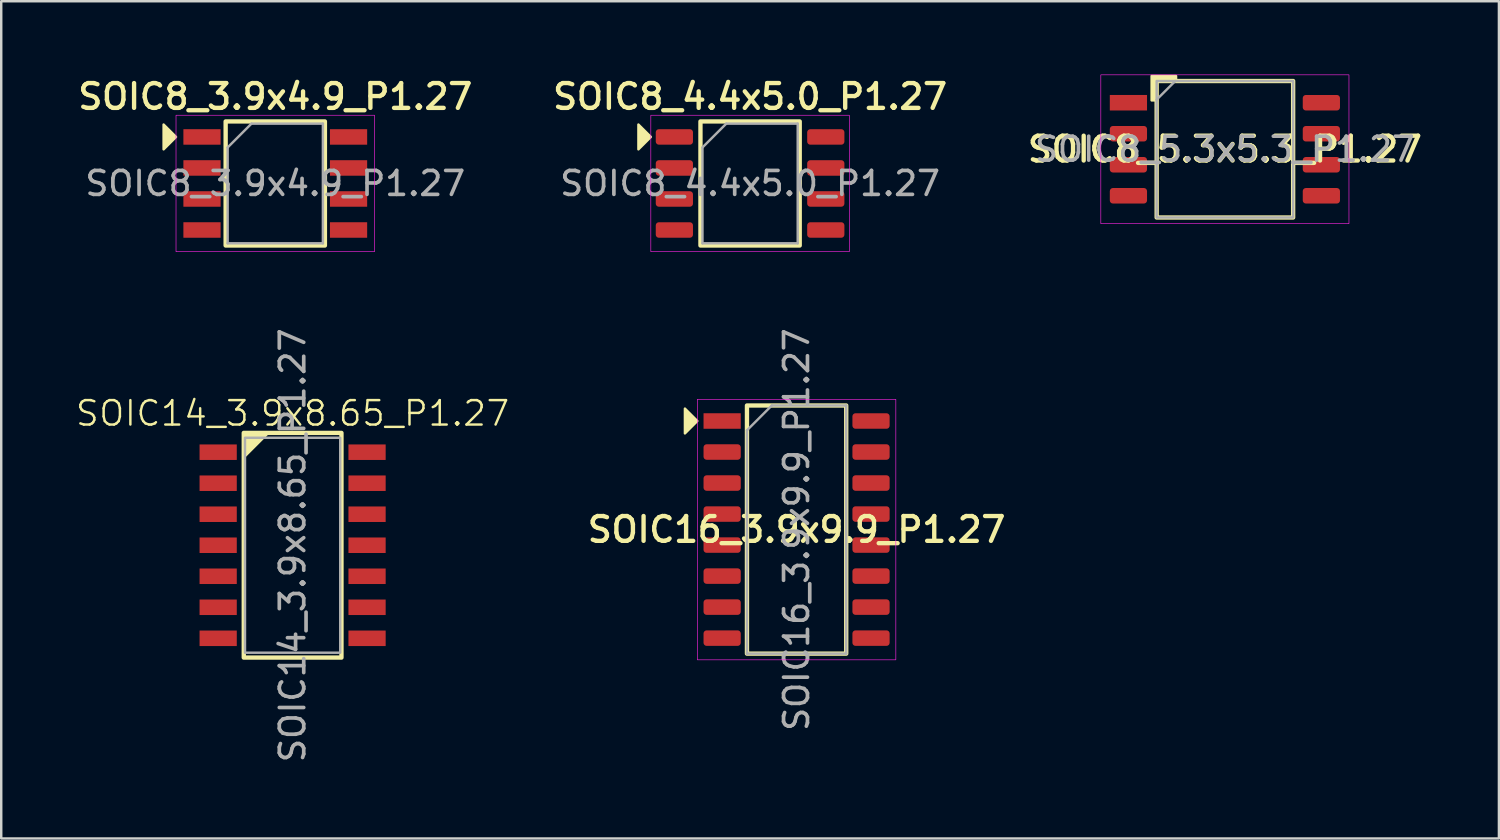
<source format=kicad_pcb>
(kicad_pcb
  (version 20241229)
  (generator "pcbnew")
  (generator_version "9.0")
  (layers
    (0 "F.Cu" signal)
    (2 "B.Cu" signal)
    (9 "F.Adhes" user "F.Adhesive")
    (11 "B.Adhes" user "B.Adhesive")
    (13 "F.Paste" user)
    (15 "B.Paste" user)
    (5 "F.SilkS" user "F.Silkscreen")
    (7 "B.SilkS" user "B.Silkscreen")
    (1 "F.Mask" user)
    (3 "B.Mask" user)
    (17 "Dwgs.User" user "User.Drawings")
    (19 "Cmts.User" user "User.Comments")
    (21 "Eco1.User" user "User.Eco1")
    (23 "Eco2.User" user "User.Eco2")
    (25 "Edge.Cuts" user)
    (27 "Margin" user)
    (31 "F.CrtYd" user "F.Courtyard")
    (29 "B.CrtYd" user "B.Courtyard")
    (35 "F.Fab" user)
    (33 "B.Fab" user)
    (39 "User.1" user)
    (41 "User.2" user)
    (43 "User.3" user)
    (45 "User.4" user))
  (footprint "SOIC8_5.3x5.3_P1.27"
    (layer "F.Cu")
    (at 47.103 3.061)
    (property "Reference" "SOIC8_5.3x5.3_P1.27" (at 0 0 0) (layer "F.SilkS") (effects (font (size 1.016 1.016) (thickness 0.178))))
    (attr smd)
    (fp_rect (start -2.794 -2.794) (end 2.794 2.794) (stroke (width 0.178) (type solid)) (fill no) (layer "F.SilkS"))
    (fp_poly (pts (xy -3 -2) (xy -2.8 -2) (xy -2.794 -2.794) (xy -2 -2.8) (xy -2 -3) (xy -3 -3)) (stroke (width 0.1) (type solid)) (fill yes) (layer "F.SilkS"))
    (fp_rect (start -5.08 -3.048) (end 5.08 3.048) (stroke (width 0.025) (type solid)) (fill no) (layer "F.CrtYd"))
    (fp_line (start -2.794 -2.032) (end -2.032 -2.794) (stroke (width 0.1) (type solid)) (layer "F.Fab"))
    (fp_rect (start -2.794 -2.794) (end 2.794 2.794) (stroke (width 0.1) (type solid)) (fill no) (layer "F.Fab"))
    (fp_text user "${REFERENCE}" (at 0 0 0) (layer "F.Fab") (effects (font (size 0.98 0.98) (thickness 0.15))))
    (pad "1" smd rect (at -3.95 -1.905) (size 1.524 0.635) (layers "F.Cu" "F.Mask" "F.Paste"))
    (pad "2" smd roundrect (at -3.95 -0.635) (size 1.524 0.635) (layers "F.Cu" "F.Mask" "F.Paste") (roundrect_rratio 0.2))
    (pad "3" smd roundrect (at -3.95 0.635) (size 1.524 0.635) (layers "F.Cu" "F.Mask" "F.Paste") (roundrect_rratio 0.2))
    (pad "4" smd roundrect (at -3.95 1.905) (size 1.524 0.635) (layers "F.Cu" "F.Mask" "F.Paste") (roundrect_rratio 0.2))
    (pad "5" smd roundrect (at 3.95 1.905) (size 1.524 0.635) (layers "F.Cu" "F.Mask" "F.Paste") (roundrect_rratio 0.2))
    (pad "6" smd roundrect (at 3.95 0.635) (size 1.524 0.635) (layers "F.Cu" "F.Mask" "F.Paste") (roundrect_rratio 0.2))
    (pad "7" smd roundrect (at 3.95 -0.635) (size 1.524 0.635) (layers "F.Cu" "F.Mask" "F.Paste") (roundrect_rratio 0.2))
    (pad "8" smd roundrect (at 3.95 -1.905) (size 1.524 0.635) (layers "F.Cu" "F.Mask" "F.Paste") (roundrect_rratio 0.2)))
  (footprint "SOIC16_3.9x9.9_P1.27"
    (layer "F.Cu")
    (at 29.566 18.633)
    (property "Reference" "SOIC16_3.9x9.9_P1.27" (at 0 0 0) (layer "F.SilkS") (effects (font (size 1.016 1.016) (thickness 0.178))))
    (attr smd)
    (fp_rect (start -2.032 -5.08) (end 2.032 5.08) (stroke (width 0.178) (type solid)) (fill no) (layer "F.SilkS"))
    (fp_poly (pts (xy -4.064 -4.445) (xy -4.572 -3.937) (xy -4.572 -4.953)) (stroke (width 0.1) (type solid)) (fill yes) (layer "F.SilkS"))
    (fp_rect (start -4.064 -5.334) (end 4.064 5.334) (stroke (width 0.025) (type solid)) (fill no) (layer "F.CrtYd"))
    (fp_line (start -2.032 -4.064) (end -1.016 -5.08) (stroke (width 0.1) (type solid)) (layer "F.Fab"))
    (fp_line (start -2.032 5.08) (end -2.032 -4.064) (stroke (width 0.1) (type solid)) (layer "F.Fab"))
    (fp_line (start -1.016 -5.08) (end 2.032 -5.08) (stroke (width 0.1) (type solid)) (layer "F.Fab"))
    (fp_line (start 2.032 -5.08) (end 2.032 5.08) (stroke (width 0.1) (type solid)) (layer "F.Fab"))
    (fp_line (start 2.032 5.08) (end -2.032 5.08) (stroke (width 0.1) (type solid)) (layer "F.Fab"))
    (fp_text user "${REFERENCE}" (at 0 0 90) (layer "F.Fab") (effects (font (size 0.98 0.98) (thickness 0.15))))
    (pad "1" smd rect (at -3.048 -4.445) (size 1.524 0.635) (layers "F.Cu" "F.Mask" "F.Paste"))
    (pad "2" smd roundrect (at -3.048 -3.175) (size 1.524 0.635) (layers "F.Cu" "F.Mask" "F.Paste") (roundrect_rratio 0.2))
    (pad "3" smd roundrect (at -3.048 -1.905) (size 1.524 0.635) (layers "F.Cu" "F.Mask" "F.Paste") (roundrect_rratio 0.2))
    (pad "4" smd roundrect (at -3.048 -0.635) (size 1.524 0.635) (layers "F.Cu" "F.Mask" "F.Paste") (roundrect_rratio 0.2))
    (pad "5" smd roundrect (at -3.048 0.635) (size 1.524 0.635) (layers "F.Cu" "F.Mask" "F.Paste") (roundrect_rratio 0.2))
    (pad "6" smd roundrect (at -3.048 1.905) (size 1.524 0.635) (layers "F.Cu" "F.Mask" "F.Paste") (roundrect_rratio 0.2))
    (pad "7" smd roundrect (at -3.048 3.175) (size 1.524 0.635) (layers "F.Cu" "F.Mask" "F.Paste") (roundrect_rratio 0.2))
    (pad "8" smd roundrect (at -3.048 4.445) (size 1.524 0.635) (layers "F.Cu" "F.Mask" "F.Paste") (roundrect_rratio 0.2))
    (pad "9" smd roundrect (at 3.048 4.445) (size 1.524 0.635) (layers "F.Cu" "F.Mask" "F.Paste") (roundrect_rratio 0.2))
    (pad "10" smd roundrect (at 3.048 3.175) (size 1.524 0.635) (layers "F.Cu" "F.Mask" "F.Paste") (roundrect_rratio 0.2))
    (pad "11" smd roundrect (at 3.048 1.905) (size 1.524 0.635) (layers "F.Cu" "F.Mask" "F.Paste") (roundrect_rratio 0.2))
    (pad "12" smd roundrect (at 3.048 0.635) (size 1.524 0.635) (layers "F.Cu" "F.Mask" "F.Paste") (roundrect_rratio 0.2))
    (pad "13" smd roundrect (at 3.048 -0.635) (size 1.524 0.635) (layers "F.Cu" "F.Mask" "F.Paste") (roundrect_rratio 0.2))
    (pad "14" smd roundrect (at 3.048 -1.905) (size 1.524 0.635) (layers "F.Cu" "F.Mask" "F.Paste") (roundrect_rratio 0.2))
    (pad "15" smd roundrect (at 3.048 -3.175) (size 1.524 0.635) (layers "F.Cu" "F.Mask" "F.Paste") (roundrect_rratio 0.2))
    (pad "16" smd roundrect (at 3.048 -4.445) (size 1.524 0.635) (layers "F.Cu" "F.Mask" "F.Paste") (roundrect_rratio 0.2)))
  (footprint "SOIC14_3.9x8.65_P1.27"
    (layer "F.Cu")
    (at 8.931 19.275)
    (property "Reference" "SOIC14_3.9x8.65_P1.27" (at 0 -5.4 0) (unlocked yes) (layer "F.SilkS") (effects (font (size 1 1) (thickness 0.1))))
    (attr smd)
    (fp_rect (start -2 -4.6) (end 2 4.6) (stroke (width 0.178) (type default)) (fill no) (layer "F.SilkS"))
    (fp_poly (pts (xy -2 -4.6) (xy -2 -3.6) (xy -1 -4.6)) (stroke (width 0.1) (type solid)) (fill yes) (layer "F.SilkS"))
    (fp_rect (start -1.95 -4.4) (end 1.95 4.4) (stroke (width 0.1) (type default)) (fill no) (layer "F.Fab"))
    (fp_text user "${REFERENCE}" (at 0 0 90) (unlocked yes) (layer "F.Fab") (effects (font (size 1 1) (thickness 0.15))))
    (pad "1" smd rect (at -3.048 -3.81) (size 1.524 0.635) (layers "F.Cu" "F.Mask" "F.Paste"))
    (pad "2" smd rect (at -3.048 -2.54) (size 1.524 0.635) (layers "F.Cu" "F.Mask" "F.Paste"))
    (pad "3" smd rect (at -3.048 -1.27) (size 1.524 0.635) (layers "F.Cu" "F.Mask" "F.Paste"))
    (pad "4" smd rect (at -3.048 0) (size 1.524 0.635) (layers "F.Cu" "F.Mask" "F.Paste"))
    (pad "5" smd rect (at -3.048 1.27) (size 1.524 0.635) (layers "F.Cu" "F.Mask" "F.Paste"))
    (pad "6" smd rect (at -3.048 2.54) (size 1.524 0.635) (layers "F.Cu" "F.Mask" "F.Paste"))
    (pad "7" smd rect (at -3.048 3.81) (size 1.524 0.635) (layers "F.Cu" "F.Mask" "F.Paste"))
    (pad "8" smd rect (at 3.048 3.81) (size 1.524 0.635) (layers "F.Cu" "F.Mask" "F.Paste"))
    (pad "9" smd rect (at 3.048 2.54) (size 1.524 0.635) (layers "F.Cu" "F.Mask" "F.Paste"))
    (pad "10" smd rect (at 3.048 1.27) (size 1.524 0.635) (layers "F.Cu" "F.Mask" "F.Paste"))
    (pad "11" smd rect (at 3.048 0) (size 1.524 0.635) (layers "F.Cu" "F.Mask" "F.Paste"))
    (pad "12" smd rect (at 3.048 -1.27) (size 1.524 0.635) (layers "F.Cu" "F.Mask" "F.Paste"))
    (pad "13" smd rect (at 3.048 -2.54) (size 1.524 0.635) (layers "F.Cu" "F.Mask" "F.Paste"))
    (pad "14" smd rect (at 3.048 -3.81) (size 1.524 0.635) (layers "F.Cu" "F.Mask" "F.Paste")))
  (footprint "SOIC8_3.9x4.9_P1.27"
    (layer "F.Cu")
    (at 8.221 4.462)
    (property "Reference" "SOIC8_3.9x4.9_P1.27" (at 0 -3.556 0) (layer "F.SilkS") (effects (font (size 1.016 1.016) (thickness 0.178))))
    (attr smd)
    (fp_rect (start -2.032 -2.54) (end 2.032 2.54) (stroke (width 0.178) (type solid)) (fill no) (layer "F.SilkS"))
    (fp_poly (pts (xy -4.064 -1.905) (xy -4.572 -1.397) (xy -4.572 -2.413)) (stroke (width 0.1) (type solid)) (fill yes) (layer "F.SilkS"))
    (fp_rect (start -4.064 -2.794) (end 4.064 2.794) (stroke (width 0.025) (type solid)) (fill no) (layer "F.CrtYd"))
    (fp_line (start -1.95 -1.475) (end -0.975 -2.45) (stroke (width 0.1) (type solid)) (layer "F.Fab"))
    (fp_line (start -1.95 2.45) (end -1.95 -1.475) (stroke (width 0.1) (type solid)) (layer "F.Fab"))
    (fp_line (start -0.975 -2.45) (end 1.95 -2.45) (stroke (width 0.1) (type solid)) (layer "F.Fab"))
    (fp_line (start 1.95 -2.45) (end 1.95 2.45) (stroke (width 0.1) (type solid)) (layer "F.Fab"))
    (fp_line (start 1.95 2.45) (end -1.95 2.45) (stroke (width 0.1) (type solid)) (layer "F.Fab"))
    (fp_text user "${REFERENCE}" (at 0 0 0) (layer "F.Fab") (effects (font (size 0.98 0.98) (thickness 0.15))))
    (pad "1" smd rect (at -3 -1.905) (size 1.524 0.635) (layers "F.Cu" "F.Mask" "F.Paste"))
    (pad "2" smd rect (at -3 -0.635) (size 1.524 0.635) (layers "F.Cu" "F.Mask" "F.Paste"))
    (pad "3" smd rect (at -3 0.635) (size 1.524 0.635) (layers "F.Cu" "F.Mask" "F.Paste"))
    (pad "4" smd rect (at -3 1.905) (size 1.524 0.635) (layers "F.Cu" "F.Mask" "F.Paste"))
    (pad "5" smd rect (at 3 1.905) (size 1.524 0.635) (layers "F.Cu" "F.Mask" "F.Paste"))
    (pad "6" smd rect (at 3 0.635) (size 1.524 0.635) (layers "F.Cu" "F.Mask" "F.Paste"))
    (pad "7" smd rect (at 3 -0.635) (size 1.524 0.635) (layers "F.Cu" "F.Mask" "F.Paste"))
    (pad "8" smd rect (at 3 -1.905) (size 1.524 0.635) (layers "F.Cu" "F.Mask" "F.Paste")))
  (footprint "SOIC8_4.4x5.0_P1.27"
    (layer "F.Cu")
    (at 27.662 4.462)
    (property "Reference" "SOIC8_4.4x5.0_P1.27" (at 0 -3.556 0) (layer "F.SilkS") (effects (font (size 1.016 1.016) (thickness 0.178))))
    (attr smd)
    (fp_rect (start -2.032 -2.54) (end 2.032 2.54) (stroke (width 0.178) (type solid)) (fill no) (layer "F.SilkS"))
    (fp_poly (pts (xy -4.064 -1.905) (xy -4.572 -1.397) (xy -4.572 -2.413)) (stroke (width 0.1) (type solid)) (fill yes) (layer "F.SilkS"))
    (fp_rect (start -4.064 -2.794) (end 4.064 2.794) (stroke (width 0.025) (type solid)) (fill no) (layer "F.CrtYd"))
    (fp_line (start -1.95 -1.475) (end -0.975 -2.45) (stroke (width 0.1) (type solid)) (layer "F.Fab"))
    (fp_line (start -1.95 2.45) (end -1.95 -1.475) (stroke (width 0.1) (type solid)) (layer "F.Fab"))
    (fp_line (start -0.975 -2.45) (end 1.95 -2.45) (stroke (width 0.1) (type solid)) (layer "F.Fab"))
    (fp_line (start 1.95 -2.45) (end 1.95 2.45) (stroke (width 0.1) (type solid)) (layer "F.Fab"))
    (fp_line (start 1.95 2.45) (end -1.95 2.45) (stroke (width 0.1) (type solid)) (layer "F.Fab"))
    (fp_text user "${REFERENCE}" (at 0 0 0) (layer "F.Fab") (effects (font (size 0.98 0.98) (thickness 0.15))))
    (pad "1" smd roundrect (at -3.1 -1.905) (size 1.524 0.635) (layers "F.Cu" "F.Mask" "F.Paste") (roundrect_rratio 0.2))
    (pad "2" smd roundrect (at -3.1 -0.635) (size 1.524 0.635) (layers "F.Cu" "F.Mask" "F.Paste") (roundrect_rratio 0.2))
    (pad "3" smd roundrect (at -3.1 0.635) (size 1.524 0.635) (layers "F.Cu" "F.Mask" "F.Paste") (roundrect_rratio 0.2))
    (pad "4" smd roundrect (at -3.1 1.905) (size 1.524 0.635) (layers "F.Cu" "F.Mask" "F.Paste") (roundrect_rratio 0.2))
    (pad "5" smd roundrect (at 3.1 1.905) (size 1.524 0.635) (layers "F.Cu" "F.Mask" "F.Paste") (roundrect_rratio 0.2))
    (pad "6" smd roundrect (at 3.1 0.635) (size 1.524 0.635) (layers "F.Cu" "F.Mask" "F.Paste") (roundrect_rratio 0.2))
    (pad "7" smd roundrect (at 3.1 -0.635) (size 1.524 0.635) (layers "F.Cu" "F.Mask" "F.Paste") (roundrect_rratio 0.2))
    (pad "8" smd roundrect (at 3.1 -1.905) (size 1.524 0.635) (layers "F.Cu" "F.Mask" "F.Paste") (roundrect_rratio 0.2)))
  (gr_rect
    (start -3 -3)
    (end 58.323 31.281)
    (stroke (width 0.1) (type default))
    (fill no)
    (layer "Edge.Cuts")))
</source>
